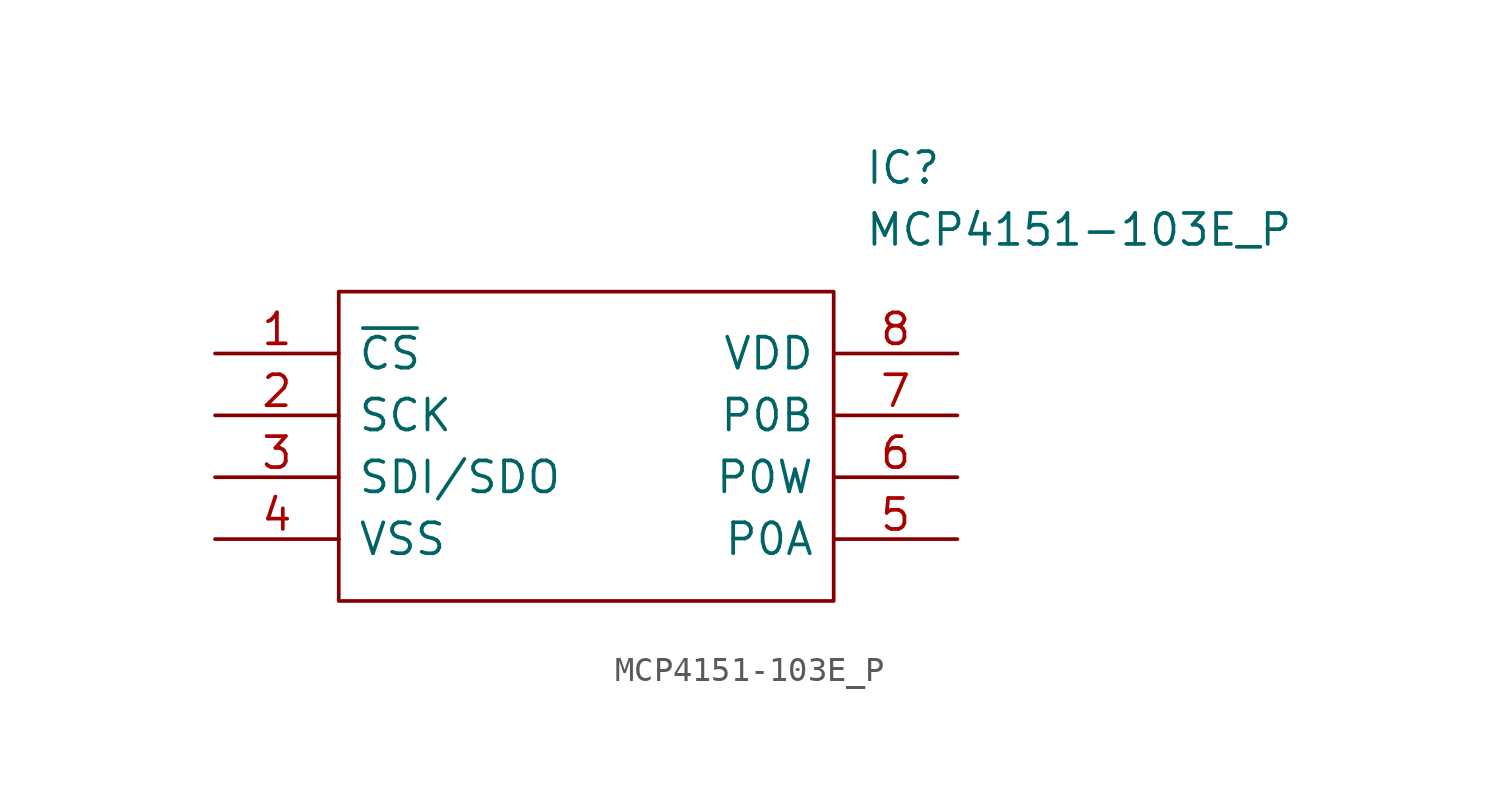
<source format=kicad_sym>
(kicad_symbol_lib
  (version 20211014)
  (generator kicad_symbol_editor)
  (symbol "MCP4151-103E_P"
    (pin_names
      (offset 0.762))
    (property "Reference" "IC"
      (at 26.67 7.62 0)
      (effects (font (size 1.27 1.27)) (justify left)))
    (property "Value" "MCP4151-103E_P"
      (at 26.67 5.08 0)
      (effects (font (size 1.27 1.27)) (justify left)))
    (symbol "MCP4151-103E_P_0_0"
      (pin passive line (at 0 0 0) (length 5.08) (name "~{CS}" (effects (font (size 1.27 1.27)))) (number "1" (effects (font (size 1.27 1.27)))))
      (pin passive line (at 0 -2.54 0) (length 5.08) (name "SCK" (effects (font (size 1.27 1.27)))) (number "2" (effects (font (size 1.27 1.27)))))
      (pin passive line (at 0 -5.08 0) (length 5.08) (name "SDI/SDO" (effects (font (size 1.27 1.27)))) (number "3" (effects (font (size 1.27 1.27)))))
      (pin passive line (at 0 -7.62 0) (length 5.08) (name "VSS" (effects (font (size 1.27 1.27)))) (number "4" (effects (font (size 1.27 1.27)))))
      (pin passive line (at 30.48 -7.62 180) (length 5.08) (name "P0A" (effects (font (size 1.27 1.27)))) (number "5" (effects (font (size 1.27 1.27)))))
      (pin passive line (at 30.48 -5.08 180) (length 5.08) (name "P0W" (effects (font (size 1.27 1.27)))) (number "6" (effects (font (size 1.27 1.27)))))
      (pin passive line (at 30.48 -2.54 180) (length 5.08) (name "P0B" (effects (font (size 1.27 1.27)))) (number "7" (effects (font (size 1.27 1.27)))))
      (pin passive line (at 30.48 0 180) (length 5.08) (name "VDD" (effects (font (size 1.27 1.27)))) (number "8" (effects (font (size 1.27 1.27))))))
    (symbol "MCP4151-103E_P_0_1"
      (polyline (pts (xy 5.08 2.54) (xy 25.4 2.54) (xy 25.4 -10.16) (xy 5.08 -10.16) (xy 5.08 2.54)) (stroke (width 0.152) (type default) (color 0 0 0 0)) (fill (type none))))))
</source>
